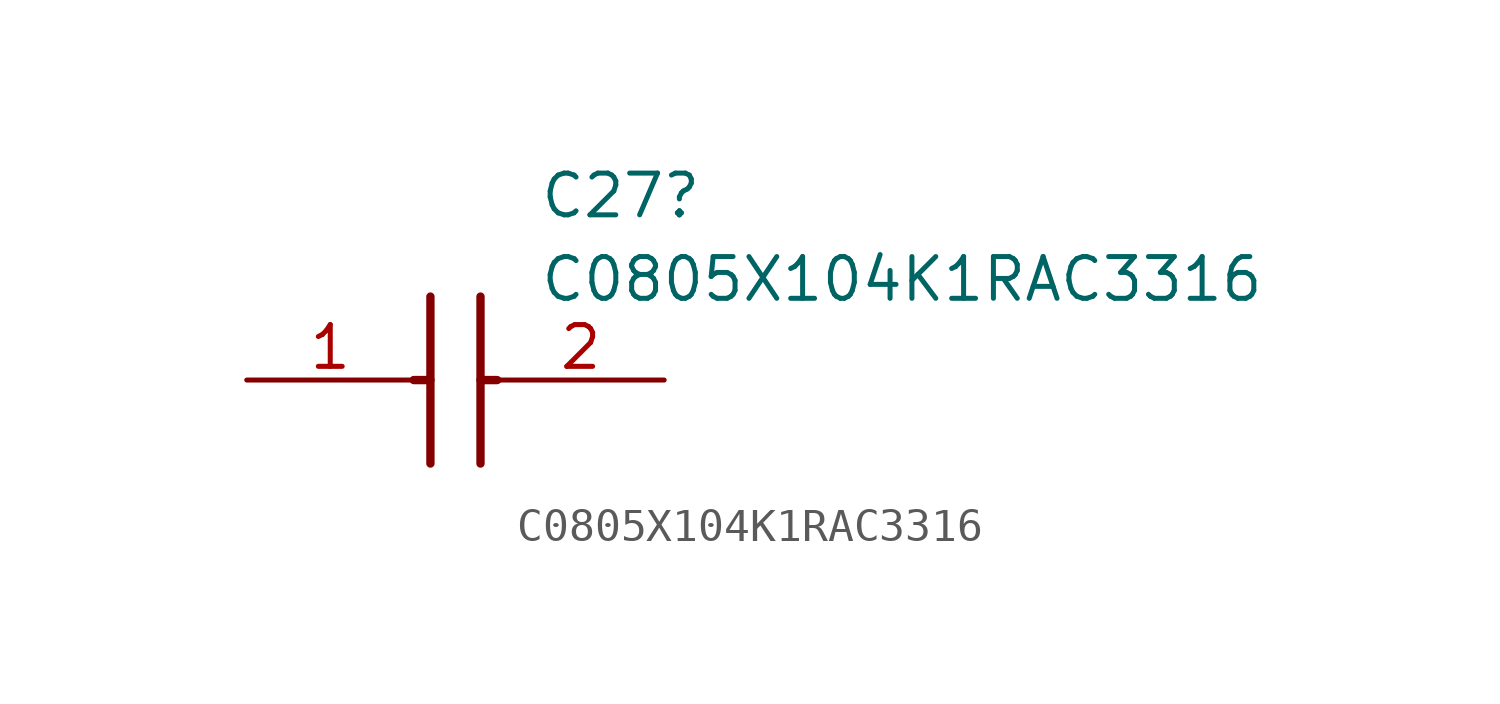
<source format=kicad_sym>
(kicad_symbol_lib
  (version 20231120)
  (generator "kicad_symbol_editor")
  (generator_version "8.0")
  (symbol "C0805X104K1RAC3316"
    (pin_names hide)
    (property "Reference" "C27"
      (at 8.89 6.35 0)
      (effects (font (size 1.27 1.27)) (justify left top)))
    (property "Value" "C0805X104K1RAC3316"
      (at 8.89 3.81 0)
      (effects (font (size 1.27 1.27)) (justify left top)))
    (symbol "C0805X104K1RAC3316_1_1"
      (polyline (pts (xy 5.08 0) (xy 5.588 0)) (stroke (width 0.254) (type default)) (fill (type none)))
      (polyline (pts (xy 5.588 2.54) (xy 5.588 -2.54)) (stroke (width 0.254) (type default)) (fill (type none)))
      (polyline (pts (xy 7.112 0) (xy 7.62 0)) (stroke (width 0.254) (type default)) (fill (type none)))
      (polyline (pts (xy 7.112 2.54) (xy 7.112 -2.54)) (stroke (width 0.254) (type default)) (fill (type none)))
      (pin passive line (at 0 0 0) (length 5.08) (name "1" (effects (font (size 1.27 1.27)))) (number "1" (effects (font (size 1.27 1.27)))))
      (pin passive line (at 12.7 0 180) (length 5.08) (name "2" (effects (font (size 1.27 1.27)))) (number "2" (effects (font (size 1.27 1.27))))))))
</source>
